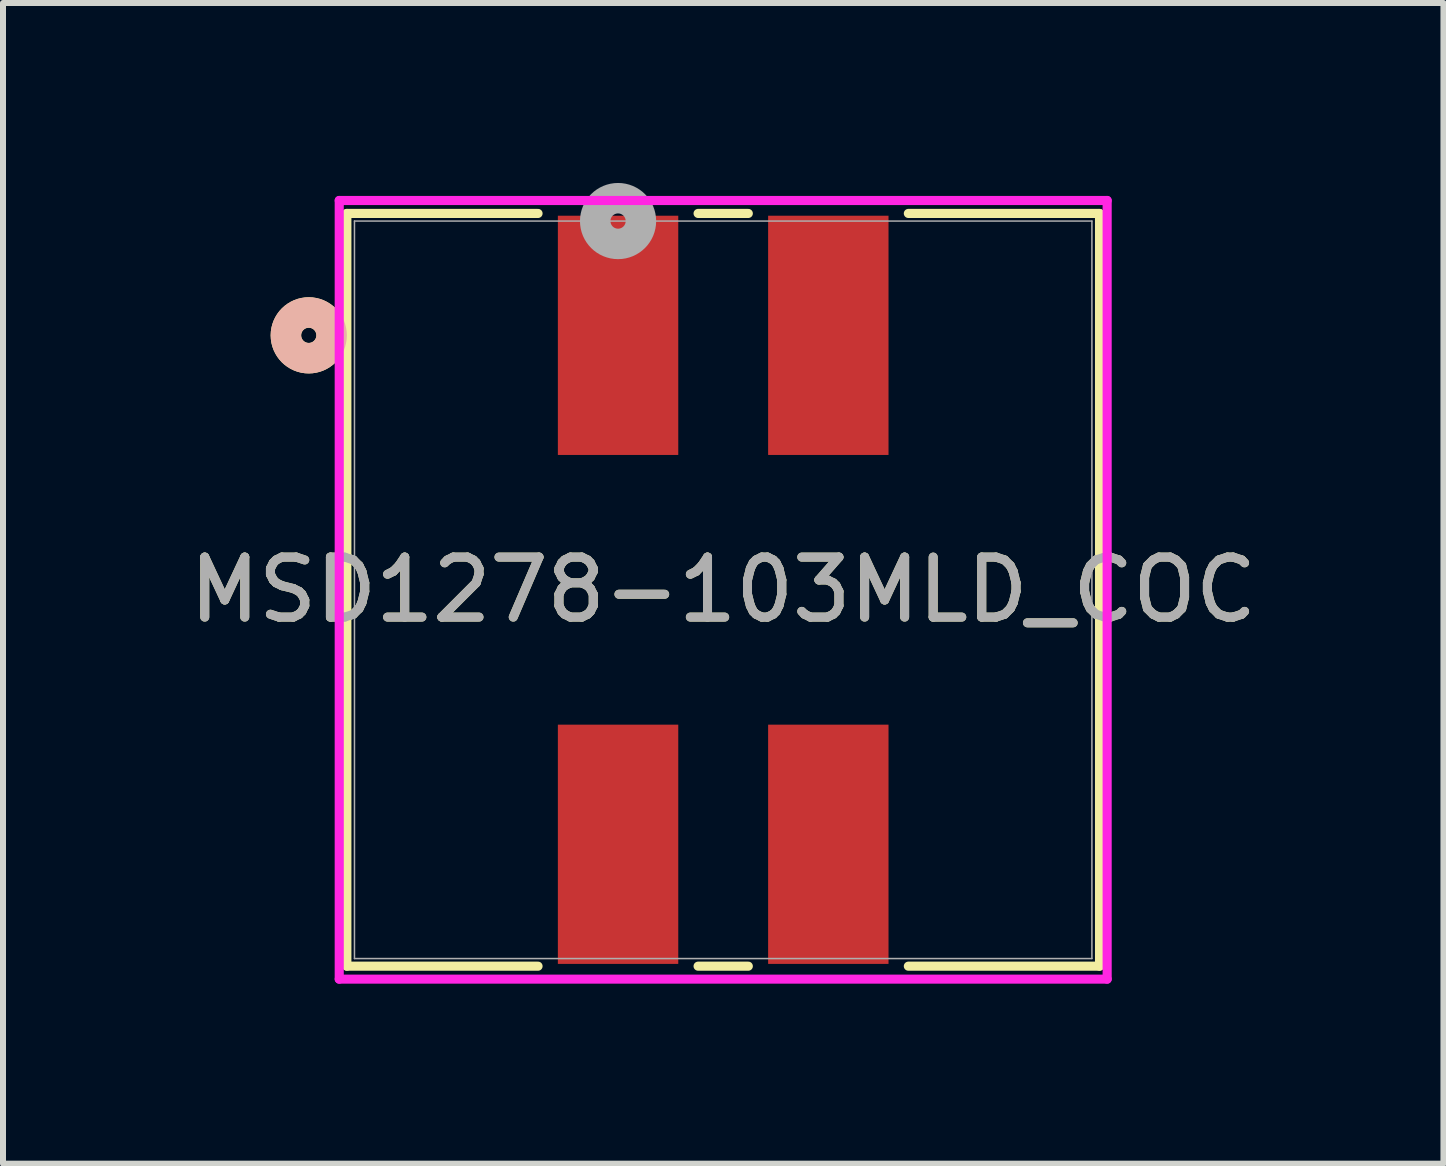
<source format=kicad_pcb>
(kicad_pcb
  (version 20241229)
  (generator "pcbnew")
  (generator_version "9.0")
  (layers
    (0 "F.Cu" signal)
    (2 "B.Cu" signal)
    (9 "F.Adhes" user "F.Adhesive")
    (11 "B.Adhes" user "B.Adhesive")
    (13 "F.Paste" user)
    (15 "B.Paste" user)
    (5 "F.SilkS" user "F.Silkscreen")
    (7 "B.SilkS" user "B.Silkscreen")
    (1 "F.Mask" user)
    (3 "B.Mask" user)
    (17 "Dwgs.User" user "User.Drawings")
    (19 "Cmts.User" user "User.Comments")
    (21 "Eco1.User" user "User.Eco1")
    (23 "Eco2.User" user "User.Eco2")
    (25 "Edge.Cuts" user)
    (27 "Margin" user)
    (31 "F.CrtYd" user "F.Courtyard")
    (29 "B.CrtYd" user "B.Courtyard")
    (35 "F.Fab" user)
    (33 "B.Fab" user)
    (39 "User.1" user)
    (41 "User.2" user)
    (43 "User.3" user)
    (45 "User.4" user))
  (footprint "MSD1278-103MLD_COC"
    (layer "F.Cu")
    (at 7.253 2.54)
    (property "Reference" "MSD1278-103MLD_COC" (at 1.753 4.242 0) (unlocked yes) (layer "F.SilkS") (effects (font (size 1 1) (thickness 0.15))))
    (attr smd)
    (fp_line (start -4.521 -2.032) (end -4.521 10.516) (stroke (width 0.152) (type solid)) (layer "F.SilkS"))
    (fp_line (start -4.521 10.516) (end -1.334 10.516) (stroke (width 0.152) (type solid)) (layer "F.SilkS"))
    (fp_line (start -1.334 -2.032) (end -4.521 -2.032) (stroke (width 0.152) (type solid)) (layer "F.SilkS"))
    (fp_line (start 1.334 10.516) (end 2.171 10.516) (stroke (width 0.152) (type solid)) (layer "F.SilkS"))
    (fp_line (start 2.171 -2.032) (end 1.334 -2.032) (stroke (width 0.152) (type solid)) (layer "F.SilkS"))
    (fp_line (start 4.839 10.516) (end 8.026 10.516) (stroke (width 0.152) (type solid)) (layer "F.SilkS"))
    (fp_line (start 8.026 -2.032) (end 4.839 -2.032) (stroke (width 0.152) (type solid)) (layer "F.SilkS"))
    (fp_line (start 8.026 10.516) (end 8.026 -2.032) (stroke (width 0.152) (type solid)) (layer "F.SilkS"))
    (fp_circle (center -5.156 0) (end -4.775 0) (stroke (width 0.508) (type solid)) (fill no) (layer "F.SilkS"))
    (fp_circle (center -5.156 0) (end -4.775 0) (stroke (width 0.508) (type solid)) (fill no) (layer "B.SilkS"))
    (fp_line (start -4.648 -2.248) (end -4.648 10.732) (stroke (width 0.152) (type solid)) (layer "F.CrtYd"))
    (fp_line (start -4.648 10.732) (end 8.153 10.732) (stroke (width 0.152) (type solid)) (layer "F.CrtYd"))
    (fp_line (start 8.153 -2.248) (end -4.648 -2.248) (stroke (width 0.152) (type solid)) (layer "F.CrtYd"))
    (fp_line (start 8.153 10.732) (end 8.153 -2.248) (stroke (width 0.152) (type solid)) (layer "F.CrtYd"))
    (fp_line (start -4.394 -1.905) (end -4.394 10.389) (stroke (width 0.025) (type solid)) (layer "F.Fab"))
    (fp_line (start -4.394 10.389) (end 7.899 10.389) (stroke (width 0.025) (type solid)) (layer "F.Fab"))
    (fp_line (start 7.899 -1.905) (end -4.394 -1.905) (stroke (width 0.025) (type solid)) (layer "F.Fab"))
    (fp_line (start 7.899 10.389) (end 7.899 -1.905) (stroke (width 0.025) (type solid)) (layer "F.Fab"))
    (fp_circle (center 0 -1.905) (end 0.381 -1.905) (stroke (width 0.508) (type solid)) (fill no) (layer "F.Fab"))
    (fp_text user "${REFERENCE}" (at 1.753 4.242 0) (unlocked yes) (layer "F.Fab") (effects (font (size 1 1) (thickness 0.15))))
    (pad "1" smd rect (at 0 0) (size 2.007 3.988) (layers "F.Cu" "F.Mask" "F.Paste"))
    (pad "2" smd rect (at 3.505 0) (size 2.007 3.988) (layers "F.Cu" "F.Mask" "F.Paste"))
    (pad "3" smd rect (at 0 8.484) (size 2.007 3.988) (layers "F.Cu" "F.Mask" "F.Paste"))
    (pad "4" smd rect (at 3.505 8.484) (size 2.007 3.988) (layers "F.Cu" "F.Mask" "F.Paste")))
  (gr_rect
    (start -3 -3)
    (end 21.012 16.348)
    (stroke (width 0.1) (type default))
    (fill no)
    (layer "Edge.Cuts")))
</source>
